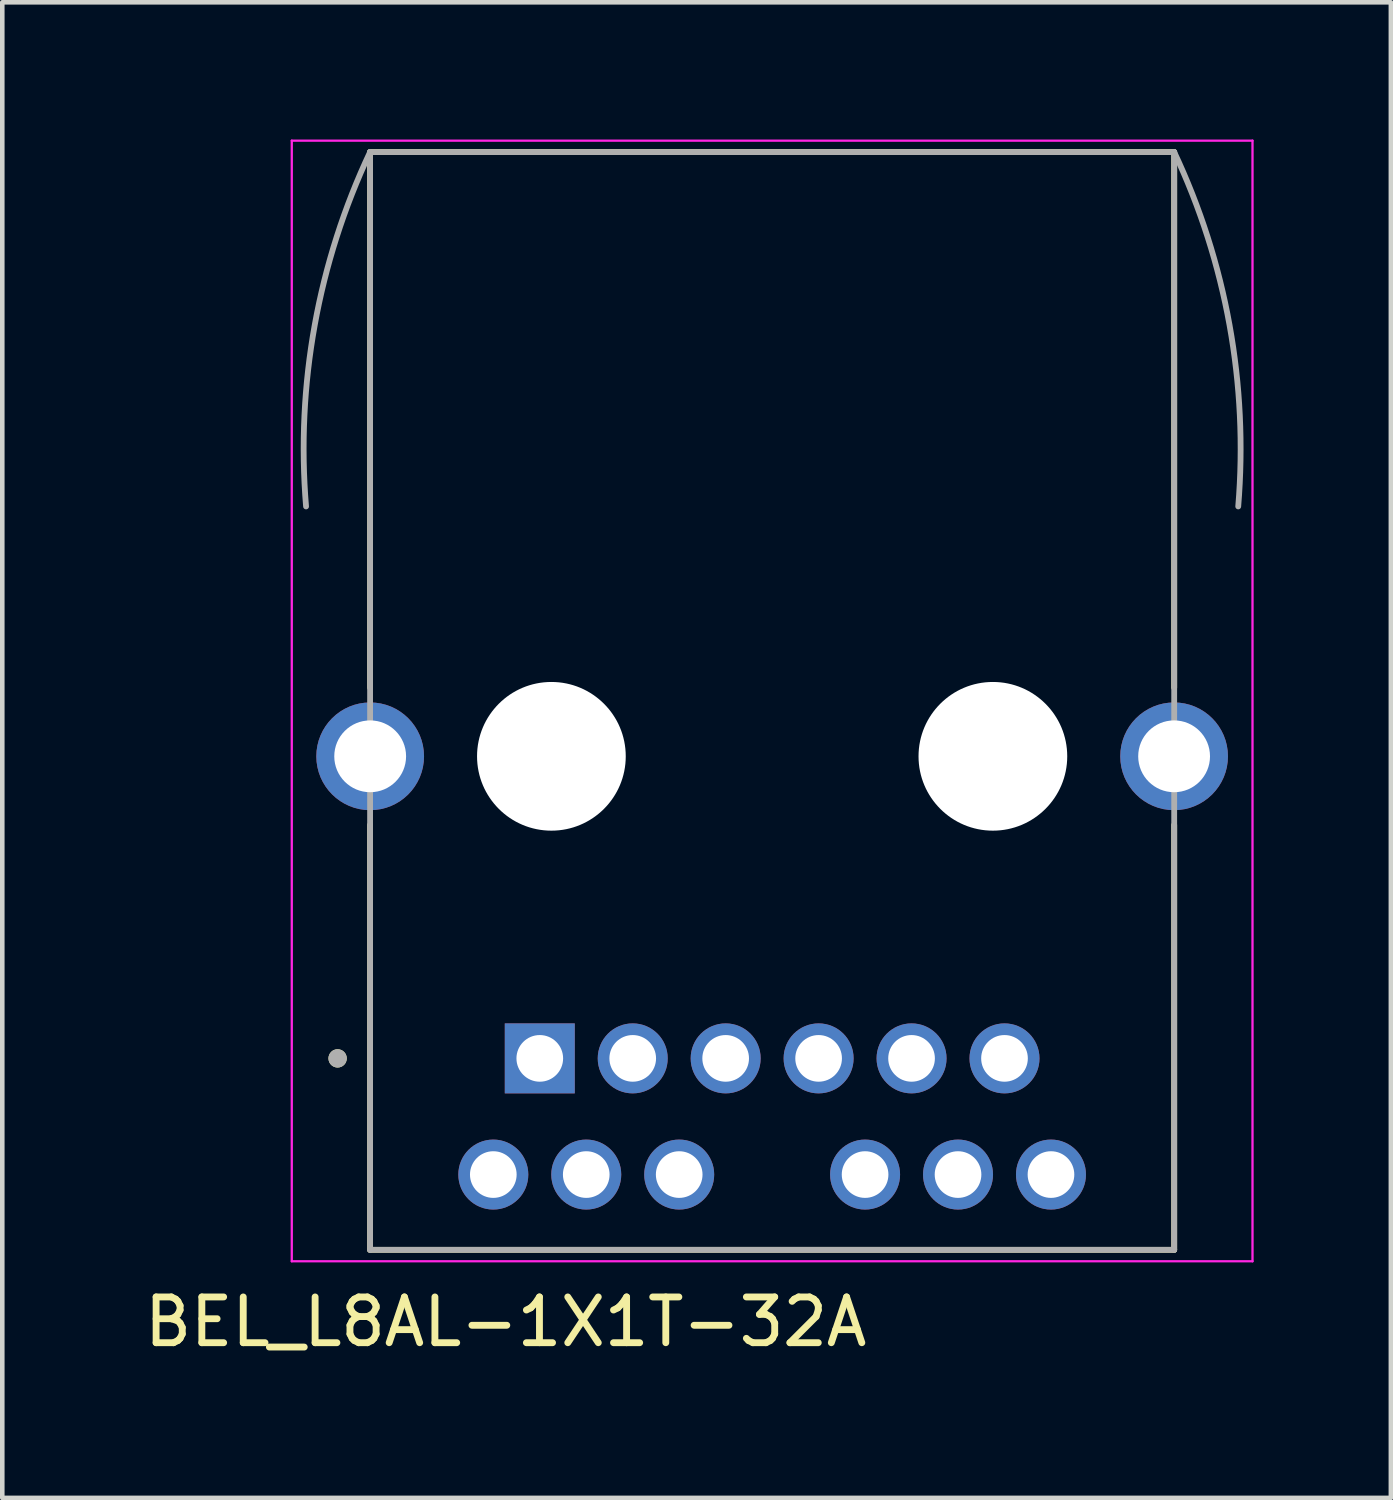
<source format=kicad_pcb>
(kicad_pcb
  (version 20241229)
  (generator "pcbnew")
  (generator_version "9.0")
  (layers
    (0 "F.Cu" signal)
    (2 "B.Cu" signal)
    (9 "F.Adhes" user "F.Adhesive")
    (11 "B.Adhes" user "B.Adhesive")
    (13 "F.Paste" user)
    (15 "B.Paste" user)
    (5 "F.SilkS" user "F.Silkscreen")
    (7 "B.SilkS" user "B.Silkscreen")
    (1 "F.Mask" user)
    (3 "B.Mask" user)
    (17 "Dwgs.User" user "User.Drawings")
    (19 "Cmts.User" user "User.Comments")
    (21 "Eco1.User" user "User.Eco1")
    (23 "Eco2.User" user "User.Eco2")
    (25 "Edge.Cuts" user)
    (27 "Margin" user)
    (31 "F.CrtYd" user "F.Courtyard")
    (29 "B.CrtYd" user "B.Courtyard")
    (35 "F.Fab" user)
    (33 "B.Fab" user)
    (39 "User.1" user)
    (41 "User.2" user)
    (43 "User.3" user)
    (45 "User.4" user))
  (footprint "BEL_L8AL-1X1T-32A"
    (layer "F.Cu")
    (at 13.831 13.485)
    (property "Reference" "BEL_L8AL-1X1T-32A" (at -5.825 12.365 0) (layer "F.SilkS") (effects (font (size 1 1) (thickness 0.15))))
    (attr through_hole)
    (fp_line (start -8.79 -13.21) (end 8.79 -13.21) (stroke (width 0.127) (type solid)) (layer "F.SilkS"))
    (fp_line (start -8.79 -1.5) (end -8.79 -13.21) (stroke (width 0.127) (type solid)) (layer "F.SilkS"))
    (fp_line (start -8.79 10.79) (end -8.79 1.5) (stroke (width 0.127) (type solid)) (layer "F.SilkS"))
    (fp_line (start -8.79 10.79) (end 8.79 10.79) (stroke (width 0.127) (type solid)) (layer "F.SilkS"))
    (fp_line (start 8.79 -1.5) (end 8.79 -13.21) (stroke (width 0.127) (type solid)) (layer "F.SilkS"))
    (fp_line (start 8.79 10.79) (end 8.79 1.5) (stroke (width 0.127) (type solid)) (layer "F.SilkS"))
    (fp_circle (center -9.5 6.604) (end -9.4 6.604) (stroke (width 0.2) (type solid)) (fill no) (layer "F.SilkS"))
    (fp_line (start -10.502 -13.46) (end 10.502 -13.46) (stroke (width 0.05) (type solid)) (layer "F.CrtYd"))
    (fp_line (start -10.502 11.04) (end -10.502 -13.46) (stroke (width 0.05) (type solid)) (layer "F.CrtYd"))
    (fp_line (start 10.502 -13.46) (end 10.502 11.04) (stroke (width 0.05) (type solid)) (layer "F.CrtYd"))
    (fp_line (start 10.502 11.04) (end -10.502 11.04) (stroke (width 0.05) (type solid)) (layer "F.CrtYd"))
    (fp_line (start -8.79 -13.21) (end -8.79 10.79) (stroke (width 0.127) (type solid)) (layer "F.Fab"))
    (fp_line (start -8.79 10.79) (end 8.79 10.79) (stroke (width 0.127) (type solid)) (layer "F.Fab"))
    (fp_line (start 8.79 -13.21) (end -8.79 -13.21) (stroke (width 0.127) (type solid)) (layer "F.Fab"))
    (fp_line (start 8.79 10.79) (end 8.79 -13.21) (stroke (width 0.127) (type solid)) (layer "F.Fab"))
    (fp_arc (start -10.19 -5.463) (mid -9.999956 -9.428657) (end -8.79 -13.21) (stroke (width 0.127) (type solid)) (layer "F.Fab"))
    (fp_arc (start 8.79 -13.21) (mid 9.999956 -9.428657) (end 10.19 -5.463) (stroke (width 0.127) (type solid)) (layer "F.Fab"))
    (fp_circle (center -9.5 6.604) (end -9.4 6.604) (stroke (width 0.2) (type solid)) (fill no) (layer "F.Fab"))
    (pad "" np_thru_hole circle (at -4.826 0) (size 3.251 3.251) (drill 3.251) (layers "*.Cu" "*.Mask"))
    (pad "" np_thru_hole circle (at 4.826 0) (size 3.251 3.251) (drill 3.251) (layers "*.Cu" "*.Mask"))
    (pad "1" thru_hole rect (at -5.08 6.604) (size 1.53 1.53) (drill 1.02) (layers "*.Cu" "*.Mask"))
    (pad "2" thru_hole circle (at -3.048 6.604) (size 1.53 1.53) (drill 1.02) (layers "*.Cu" "*.Mask"))
    (pad "3" thru_hole circle (at -1.016 6.604) (size 1.53 1.53) (drill 1.02) (layers "*.Cu" "*.Mask"))
    (pad "4" thru_hole circle (at 1.016 6.604) (size 1.53 1.53) (drill 1.02) (layers "*.Cu" "*.Mask"))
    (pad "5" thru_hole circle (at 3.048 6.604) (size 1.53 1.53) (drill 1.02) (layers "*.Cu" "*.Mask"))
    (pad "6" thru_hole circle (at 5.08 6.604) (size 1.53 1.53) (drill 1.02) (layers "*.Cu" "*.Mask"))
    (pad "7" thru_hole circle (at -6.096 9.144) (size 1.53 1.53) (drill 1.02) (layers "*.Cu" "*.Mask"))
    (pad "8" thru_hole circle (at -4.064 9.144) (size 1.53 1.53) (drill 1.02) (layers "*.Cu" "*.Mask"))
    (pad "9" thru_hole circle (at -2.032 9.144) (size 1.53 1.53) (drill 1.02) (layers "*.Cu" "*.Mask"))
    (pad "10" thru_hole circle (at 2.032 9.144) (size 1.53 1.53) (drill 1.02) (layers "*.Cu" "*.Mask"))
    (pad "11" thru_hole circle (at 4.064 9.144) (size 1.53 1.53) (drill 1.02) (layers "*.Cu" "*.Mask"))
    (pad "12" thru_hole circle (at 6.096 9.144) (size 1.53 1.53) (drill 1.02) (layers "*.Cu" "*.Mask"))
    (pad "S1" thru_hole circle (at -8.788 0) (size 2.355 2.355) (drill 1.57) (layers "*.Cu" "*.Mask"))
    (pad "S2" thru_hole circle (at 8.788 0) (size 2.355 2.355) (drill 1.57) (layers "*.Cu" "*.Mask"))
    (zone (net_name "") (layer "F.Cu") (hatch full 0.508) (connect_pads) (min_thickness 0.01) (filled_areas_thickness no) (keepout (tracks not_allowed) (vias not_allowed) (pads not_allowed) (copperpour not_allowed) (footprints allowed)) (placement (enabled no)) (fill) (polygon (pts (xy 12.436 21.865) (xy 15.226 21.865) (xy 15.226 24.655) (xy 12.436 24.655))))
    (zone (net_name "") (layer "F.Cu") (hatch full 0.508) (connect_pads) (min_thickness 0.01) (filled_areas_thickness no) (keepout (tracks not_allowed) (vias not_allowed) (pads not_allowed) (copperpour not_allowed) (footprints allowed)) (placement (enabled no)) (fill) (polygon (pts (xy 6.721 24.655) (xy 6.721 3.325) (xy 20.941 3.325) (xy 20.941 24.655) (xy 23.356 24.655) (xy 23.356 0.275) (xy 4.306 0.275) (xy 4.306 24.655))))
    (zone (net_name "") (layers "F.Cu" "B.Cu") (hatch full 0.508) (connect_pads) (min_thickness 0.01) (filled_areas_thickness no) (keepout (tracks allowed) (vias not_allowed) (pads allowed) (copperpour allowed) (footprints allowed)) (placement (enabled no)) (fill) (polygon (pts (xy 12.436 21.865) (xy 15.226 21.865) (xy 15.226 24.655) (xy 12.436 24.655))))
    (zone (net_name "") (layers "F.Cu" "B.Cu") (hatch full 0.508) (connect_pads) (min_thickness 0.01) (filled_areas_thickness no) (keepout (tracks allowed) (vias not_allowed) (pads allowed) (copperpour allowed) (footprints allowed)) (placement (enabled no)) (fill) (polygon (pts (xy 6.721 24.655) (xy 6.721 3.325) (xy 20.941 3.325) (xy 20.941 24.655) (xy 23.356 24.655) (xy 23.356 0.275) (xy 4.306 0.275) (xy 4.306 24.655)))))
  (gr_rect
    (start -3 -3)
    (end 27.358 29.698)
    (stroke (width 0.1) (type default))
    (fill no)
    (layer "Edge.Cuts")))
</source>
